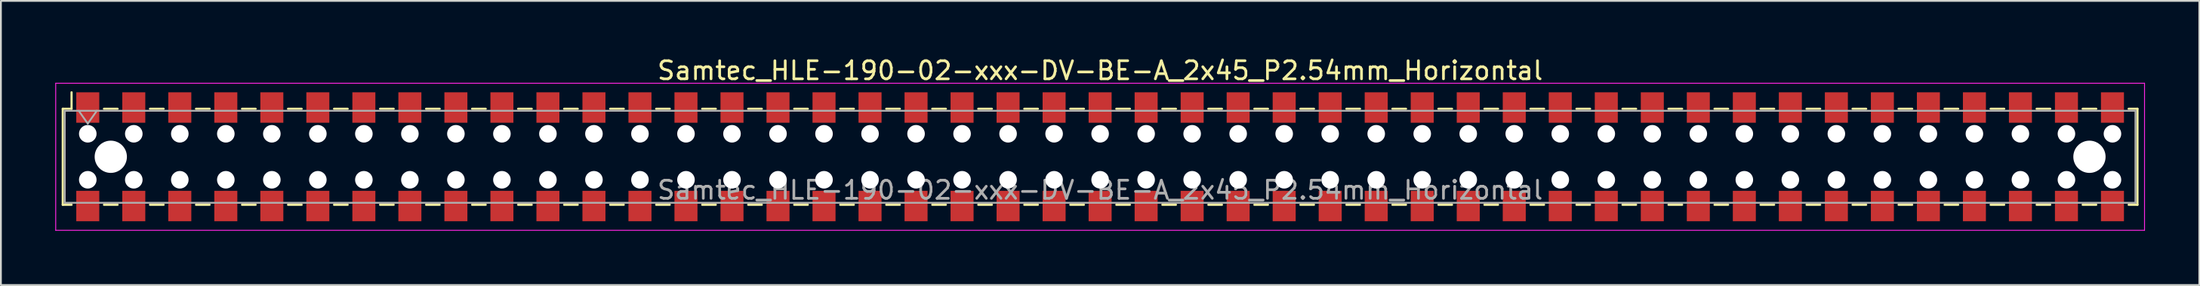
<source format=kicad_pcb>
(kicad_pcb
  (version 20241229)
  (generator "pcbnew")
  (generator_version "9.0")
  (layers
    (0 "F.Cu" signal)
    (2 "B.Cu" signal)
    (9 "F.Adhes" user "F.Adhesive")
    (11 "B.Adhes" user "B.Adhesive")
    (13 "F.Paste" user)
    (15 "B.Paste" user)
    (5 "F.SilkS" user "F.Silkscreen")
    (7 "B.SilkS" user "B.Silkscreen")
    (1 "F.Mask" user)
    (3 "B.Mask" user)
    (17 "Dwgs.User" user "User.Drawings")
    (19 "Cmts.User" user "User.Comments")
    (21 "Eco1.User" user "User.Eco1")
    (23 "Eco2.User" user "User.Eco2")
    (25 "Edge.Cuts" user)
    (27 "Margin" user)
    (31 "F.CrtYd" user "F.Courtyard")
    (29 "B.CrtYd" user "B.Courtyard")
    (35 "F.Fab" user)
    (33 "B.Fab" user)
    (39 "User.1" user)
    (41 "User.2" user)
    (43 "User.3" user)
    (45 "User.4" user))
  (footprint "Samtec_HLE-190-02-xxx-DV-BE-A_2x45_P2.54mm_Horizontal"
    (layer "F.Cu")
    (at 57.675 5.608)
    (property "Reference" "Samtec_HLE-190-02-xxx-DV-BE-A_2x45_P2.54mm_Horizontal" (at 0 -4.76 0) (layer "F.SilkS") (effects (font (size 1 1) (thickness 0.15))))
    (attr smd)
    (fp_line (start -57.26 -2.65) (end -57.26 2.65) (stroke (width 0.12) (type solid)) (layer "F.SilkS"))
    (fp_line (start -57.26 2.65) (end -56.775 2.65) (stroke (width 0.12) (type solid)) (layer "F.SilkS"))
    (fp_line (start -56.775 -3.56) (end -56.775 -2.65) (stroke (width 0.12) (type solid)) (layer "F.SilkS"))
    (fp_line (start -56.775 -2.65) (end -57.26 -2.65) (stroke (width 0.12) (type solid)) (layer "F.SilkS"))
    (fp_line (start -54.985 -2.65) (end -54.235 -2.65) (stroke (width 0.12) (type solid)) (layer "F.SilkS"))
    (fp_line (start -54.985 2.65) (end -54.235 2.65) (stroke (width 0.12) (type solid)) (layer "F.SilkS"))
    (fp_line (start -52.445 -2.65) (end -51.695 -2.65) (stroke (width 0.12) (type solid)) (layer "F.SilkS"))
    (fp_line (start -52.445 2.65) (end -51.695 2.65) (stroke (width 0.12) (type solid)) (layer "F.SilkS"))
    (fp_line (start -49.905 -2.65) (end -49.155 -2.65) (stroke (width 0.12) (type solid)) (layer "F.SilkS"))
    (fp_line (start -49.905 2.65) (end -49.155 2.65) (stroke (width 0.12) (type solid)) (layer "F.SilkS"))
    (fp_line (start -47.365 -2.65) (end -46.615 -2.65) (stroke (width 0.12) (type solid)) (layer "F.SilkS"))
    (fp_line (start -47.365 2.65) (end -46.615 2.65) (stroke (width 0.12) (type solid)) (layer "F.SilkS"))
    (fp_line (start -44.825 -2.65) (end -44.075 -2.65) (stroke (width 0.12) (type solid)) (layer "F.SilkS"))
    (fp_line (start -44.825 2.65) (end -44.075 2.65) (stroke (width 0.12) (type solid)) (layer "F.SilkS"))
    (fp_line (start -42.285 -2.65) (end -41.535 -2.65) (stroke (width 0.12) (type solid)) (layer "F.SilkS"))
    (fp_line (start -42.285 2.65) (end -41.535 2.65) (stroke (width 0.12) (type solid)) (layer "F.SilkS"))
    (fp_line (start -39.745 -2.65) (end -38.995 -2.65) (stroke (width 0.12) (type solid)) (layer "F.SilkS"))
    (fp_line (start -39.745 2.65) (end -38.995 2.65) (stroke (width 0.12) (type solid)) (layer "F.SilkS"))
    (fp_line (start -37.205 -2.65) (end -36.455 -2.65) (stroke (width 0.12) (type solid)) (layer "F.SilkS"))
    (fp_line (start -37.205 2.65) (end -36.455 2.65) (stroke (width 0.12) (type solid)) (layer "F.SilkS"))
    (fp_line (start -34.665 -2.65) (end -33.915 -2.65) (stroke (width 0.12) (type solid)) (layer "F.SilkS"))
    (fp_line (start -34.665 2.65) (end -33.915 2.65) (stroke (width 0.12) (type solid)) (layer "F.SilkS"))
    (fp_line (start -32.125 -2.65) (end -31.375 -2.65) (stroke (width 0.12) (type solid)) (layer "F.SilkS"))
    (fp_line (start -32.125 2.65) (end -31.375 2.65) (stroke (width 0.12) (type solid)) (layer "F.SilkS"))
    (fp_line (start -29.585 -2.65) (end -28.835 -2.65) (stroke (width 0.12) (type solid)) (layer "F.SilkS"))
    (fp_line (start -29.585 2.65) (end -28.835 2.65) (stroke (width 0.12) (type solid)) (layer "F.SilkS"))
    (fp_line (start -27.045 -2.65) (end -26.295 -2.65) (stroke (width 0.12) (type solid)) (layer "F.SilkS"))
    (fp_line (start -27.045 2.65) (end -26.295 2.65) (stroke (width 0.12) (type solid)) (layer "F.SilkS"))
    (fp_line (start -24.505 -2.65) (end -23.755 -2.65) (stroke (width 0.12) (type solid)) (layer "F.SilkS"))
    (fp_line (start -24.505 2.65) (end -23.755 2.65) (stroke (width 0.12) (type solid)) (layer "F.SilkS"))
    (fp_line (start -21.965 -2.65) (end -21.215 -2.65) (stroke (width 0.12) (type solid)) (layer "F.SilkS"))
    (fp_line (start -21.965 2.65) (end -21.215 2.65) (stroke (width 0.12) (type solid)) (layer "F.SilkS"))
    (fp_line (start -19.425 -2.65) (end -18.675 -2.65) (stroke (width 0.12) (type solid)) (layer "F.SilkS"))
    (fp_line (start -19.425 2.65) (end -18.675 2.65) (stroke (width 0.12) (type solid)) (layer "F.SilkS"))
    (fp_line (start -16.885 -2.65) (end -16.135 -2.65) (stroke (width 0.12) (type solid)) (layer "F.SilkS"))
    (fp_line (start -16.885 2.65) (end -16.135 2.65) (stroke (width 0.12) (type solid)) (layer "F.SilkS"))
    (fp_line (start -14.345 -2.65) (end -13.595 -2.65) (stroke (width 0.12) (type solid)) (layer "F.SilkS"))
    (fp_line (start -14.345 2.65) (end -13.595 2.65) (stroke (width 0.12) (type solid)) (layer "F.SilkS"))
    (fp_line (start -11.805 -2.65) (end -11.055 -2.65) (stroke (width 0.12) (type solid)) (layer "F.SilkS"))
    (fp_line (start -11.805 2.65) (end -11.055 2.65) (stroke (width 0.12) (type solid)) (layer "F.SilkS"))
    (fp_line (start -9.265 -2.65) (end -8.515 -2.65) (stroke (width 0.12) (type solid)) (layer "F.SilkS"))
    (fp_line (start -9.265 2.65) (end -8.515 2.65) (stroke (width 0.12) (type solid)) (layer "F.SilkS"))
    (fp_line (start -6.725 -2.65) (end -5.975 -2.65) (stroke (width 0.12) (type solid)) (layer "F.SilkS"))
    (fp_line (start -6.725 2.65) (end -5.975 2.65) (stroke (width 0.12) (type solid)) (layer "F.SilkS"))
    (fp_line (start -4.185 -2.65) (end -3.435 -2.65) (stroke (width 0.12) (type solid)) (layer "F.SilkS"))
    (fp_line (start -4.185 2.65) (end -3.435 2.65) (stroke (width 0.12) (type solid)) (layer "F.SilkS"))
    (fp_line (start -1.645 -2.65) (end -0.895 -2.65) (stroke (width 0.12) (type solid)) (layer "F.SilkS"))
    (fp_line (start -1.645 2.65) (end -0.895 2.65) (stroke (width 0.12) (type solid)) (layer "F.SilkS"))
    (fp_line (start 0.895 -2.65) (end 1.645 -2.65) (stroke (width 0.12) (type solid)) (layer "F.SilkS"))
    (fp_line (start 0.895 2.65) (end 1.645 2.65) (stroke (width 0.12) (type solid)) (layer "F.SilkS"))
    (fp_line (start 3.435 -2.65) (end 4.185 -2.65) (stroke (width 0.12) (type solid)) (layer "F.SilkS"))
    (fp_line (start 3.435 2.65) (end 4.185 2.65) (stroke (width 0.12) (type solid)) (layer "F.SilkS"))
    (fp_line (start 5.975 -2.65) (end 6.725 -2.65) (stroke (width 0.12) (type solid)) (layer "F.SilkS"))
    (fp_line (start 5.975 2.65) (end 6.725 2.65) (stroke (width 0.12) (type solid)) (layer "F.SilkS"))
    (fp_line (start 8.515 -2.65) (end 9.265 -2.65) (stroke (width 0.12) (type solid)) (layer "F.SilkS"))
    (fp_line (start 8.515 2.65) (end 9.265 2.65) (stroke (width 0.12) (type solid)) (layer "F.SilkS"))
    (fp_line (start 11.055 -2.65) (end 11.805 -2.65) (stroke (width 0.12) (type solid)) (layer "F.SilkS"))
    (fp_line (start 11.055 2.65) (end 11.805 2.65) (stroke (width 0.12) (type solid)) (layer "F.SilkS"))
    (fp_line (start 13.595 -2.65) (end 14.345 -2.65) (stroke (width 0.12) (type solid)) (layer "F.SilkS"))
    (fp_line (start 13.595 2.65) (end 14.345 2.65) (stroke (width 0.12) (type solid)) (layer "F.SilkS"))
    (fp_line (start 16.135 -2.65) (end 16.885 -2.65) (stroke (width 0.12) (type solid)) (layer "F.SilkS"))
    (fp_line (start 16.135 2.65) (end 16.885 2.65) (stroke (width 0.12) (type solid)) (layer "F.SilkS"))
    (fp_line (start 18.675 -2.65) (end 19.425 -2.65) (stroke (width 0.12) (type solid)) (layer "F.SilkS"))
    (fp_line (start 18.675 2.65) (end 19.425 2.65) (stroke (width 0.12) (type solid)) (layer "F.SilkS"))
    (fp_line (start 21.215 -2.65) (end 21.965 -2.65) (stroke (width 0.12) (type solid)) (layer "F.SilkS"))
    (fp_line (start 21.215 2.65) (end 21.965 2.65) (stroke (width 0.12) (type solid)) (layer "F.SilkS"))
    (fp_line (start 23.755 -2.65) (end 24.505 -2.65) (stroke (width 0.12) (type solid)) (layer "F.SilkS"))
    (fp_line (start 23.755 2.65) (end 24.505 2.65) (stroke (width 0.12) (type solid)) (layer "F.SilkS"))
    (fp_line (start 26.295 -2.65) (end 27.045 -2.65) (stroke (width 0.12) (type solid)) (layer "F.SilkS"))
    (fp_line (start 26.295 2.65) (end 27.045 2.65) (stroke (width 0.12) (type solid)) (layer "F.SilkS"))
    (fp_line (start 28.835 -2.65) (end 29.585 -2.65) (stroke (width 0.12) (type solid)) (layer "F.SilkS"))
    (fp_line (start 28.835 2.65) (end 29.585 2.65) (stroke (width 0.12) (type solid)) (layer "F.SilkS"))
    (fp_line (start 31.375 -2.65) (end 32.125 -2.65) (stroke (width 0.12) (type solid)) (layer "F.SilkS"))
    (fp_line (start 31.375 2.65) (end 32.125 2.65) (stroke (width 0.12) (type solid)) (layer "F.SilkS"))
    (fp_line (start 33.915 -2.65) (end 34.665 -2.65) (stroke (width 0.12) (type solid)) (layer "F.SilkS"))
    (fp_line (start 33.915 2.65) (end 34.665 2.65) (stroke (width 0.12) (type solid)) (layer "F.SilkS"))
    (fp_line (start 36.455 -2.65) (end 37.205 -2.65) (stroke (width 0.12) (type solid)) (layer "F.SilkS"))
    (fp_line (start 36.455 2.65) (end 37.205 2.65) (stroke (width 0.12) (type solid)) (layer "F.SilkS"))
    (fp_line (start 38.995 -2.65) (end 39.745 -2.65) (stroke (width 0.12) (type solid)) (layer "F.SilkS"))
    (fp_line (start 38.995 2.65) (end 39.745 2.65) (stroke (width 0.12) (type solid)) (layer "F.SilkS"))
    (fp_line (start 41.535 -2.65) (end 42.285 -2.65) (stroke (width 0.12) (type solid)) (layer "F.SilkS"))
    (fp_line (start 41.535 2.65) (end 42.285 2.65) (stroke (width 0.12) (type solid)) (layer "F.SilkS"))
    (fp_line (start 44.075 -2.65) (end 44.825 -2.65) (stroke (width 0.12) (type solid)) (layer "F.SilkS"))
    (fp_line (start 44.075 2.65) (end 44.825 2.65) (stroke (width 0.12) (type solid)) (layer "F.SilkS"))
    (fp_line (start 46.615 -2.65) (end 47.365 -2.65) (stroke (width 0.12) (type solid)) (layer "F.SilkS"))
    (fp_line (start 46.615 2.65) (end 47.365 2.65) (stroke (width 0.12) (type solid)) (layer "F.SilkS"))
    (fp_line (start 49.155 -2.65) (end 49.905 -2.65) (stroke (width 0.12) (type solid)) (layer "F.SilkS"))
    (fp_line (start 49.155 2.65) (end 49.905 2.65) (stroke (width 0.12) (type solid)) (layer "F.SilkS"))
    (fp_line (start 51.695 -2.65) (end 52.445 -2.65) (stroke (width 0.12) (type solid)) (layer "F.SilkS"))
    (fp_line (start 51.695 2.65) (end 52.445 2.65) (stroke (width 0.12) (type solid)) (layer "F.SilkS"))
    (fp_line (start 54.235 -2.65) (end 54.985 -2.65) (stroke (width 0.12) (type solid)) (layer "F.SilkS"))
    (fp_line (start 54.235 2.65) (end 54.985 2.65) (stroke (width 0.12) (type solid)) (layer "F.SilkS"))
    (fp_line (start 56.775 -2.65) (end 57.26 -2.65) (stroke (width 0.12) (type solid)) (layer "F.SilkS"))
    (fp_line (start 57.26 -2.65) (end 57.26 2.65) (stroke (width 0.12) (type solid)) (layer "F.SilkS"))
    (fp_line (start 57.26 2.65) (end 56.775 2.65) (stroke (width 0.12) (type solid)) (layer "F.SilkS"))
    (fp_line (start -57.65 -4.06) (end 57.65 -4.06) (stroke (width 0.05) (type solid)) (layer "F.CrtYd"))
    (fp_line (start -57.65 4.06) (end -57.65 -4.06) (stroke (width 0.05) (type solid)) (layer "F.CrtYd"))
    (fp_line (start 57.65 -4.06) (end 57.65 4.06) (stroke (width 0.05) (type solid)) (layer "F.CrtYd"))
    (fp_line (start 57.65 4.06) (end -57.65 4.06) (stroke (width 0.05) (type solid)) (layer "F.CrtYd"))
    (fp_line (start -57.15 -2.54) (end 57.15 -2.54) (stroke (width 0.1) (type solid)) (layer "F.Fab"))
    (fp_line (start -57.15 2.54) (end -57.15 -2.54) (stroke (width 0.1) (type solid)) (layer "F.Fab"))
    (fp_line (start -56.38 -2.54) (end -55.88 -1.833) (stroke (width 0.1) (type solid)) (layer "F.Fab"))
    (fp_line (start -55.88 -1.833) (end -55.38 -2.54) (stroke (width 0.1) (type solid)) (layer "F.Fab"))
    (fp_line (start 57.15 -2.54) (end 57.15 2.54) (stroke (width 0.1) (type solid)) (layer "F.Fab"))
    (fp_line (start 57.15 2.54) (end -57.15 2.54) (stroke (width 0.1) (type solid)) (layer "F.Fab"))
    (fp_text user "${REFERENCE}" (at 0 1.84 0) (layer "F.Fab") (effects (font (size 1 1) (thickness 0.15))))
    (pad "" np_thru_hole circle (at -55.88 -1.27) (size 0.97 0.97) (drill 0.97) (layers "*.Cu" "*.Mask"))
    (pad "" np_thru_hole circle (at -55.88 1.27) (size 0.97 0.97) (drill 0.97) (layers "*.Cu" "*.Mask"))
    (pad "" np_thru_hole circle (at -54.61 0) (size 1.78 1.78) (drill 1.78) (layers "*.Cu" "*.Mask"))
    (pad "" np_thru_hole circle (at -53.34 -1.27) (size 0.97 0.97) (drill 0.97) (layers "*.Cu" "*.Mask"))
    (pad "" np_thru_hole circle (at -53.34 1.27) (size 0.97 0.97) (drill 0.97) (layers "*.Cu" "*.Mask"))
    (pad "" np_thru_hole circle (at -50.8 -1.27) (size 0.97 0.97) (drill 0.97) (layers "*.Cu" "*.Mask"))
    (pad "" np_thru_hole circle (at -50.8 1.27) (size 0.97 0.97) (drill 0.97) (layers "*.Cu" "*.Mask"))
    (pad "" np_thru_hole circle (at -48.26 -1.27) (size 0.97 0.97) (drill 0.97) (layers "*.Cu" "*.Mask"))
    (pad "" np_thru_hole circle (at -48.26 1.27) (size 0.97 0.97) (drill 0.97) (layers "*.Cu" "*.Mask"))
    (pad "" np_thru_hole circle (at -45.72 -1.27) (size 0.97 0.97) (drill 0.97) (layers "*.Cu" "*.Mask"))
    (pad "" np_thru_hole circle (at -45.72 1.27) (size 0.97 0.97) (drill 0.97) (layers "*.Cu" "*.Mask"))
    (pad "" np_thru_hole circle (at -43.18 -1.27) (size 0.97 0.97) (drill 0.97) (layers "*.Cu" "*.Mask"))
    (pad "" np_thru_hole circle (at -43.18 1.27) (size 0.97 0.97) (drill 0.97) (layers "*.Cu" "*.Mask"))
    (pad "" np_thru_hole circle (at -40.64 -1.27) (size 0.97 0.97) (drill 0.97) (layers "*.Cu" "*.Mask"))
    (pad "" np_thru_hole circle (at -40.64 1.27) (size 0.97 0.97) (drill 0.97) (layers "*.Cu" "*.Mask"))
    (pad "" np_thru_hole circle (at -38.1 -1.27) (size 0.97 0.97) (drill 0.97) (layers "*.Cu" "*.Mask"))
    (pad "" np_thru_hole circle (at -38.1 1.27) (size 0.97 0.97) (drill 0.97) (layers "*.Cu" "*.Mask"))
    (pad "" np_thru_hole circle (at -35.56 -1.27) (size 0.97 0.97) (drill 0.97) (layers "*.Cu" "*.Mask"))
    (pad "" np_thru_hole circle (at -35.56 1.27) (size 0.97 0.97) (drill 0.97) (layers "*.Cu" "*.Mask"))
    (pad "" np_thru_hole circle (at -33.02 -1.27) (size 0.97 0.97) (drill 0.97) (layers "*.Cu" "*.Mask"))
    (pad "" np_thru_hole circle (at -33.02 1.27) (size 0.97 0.97) (drill 0.97) (layers "*.Cu" "*.Mask"))
    (pad "" np_thru_hole circle (at -30.48 -1.27) (size 0.97 0.97) (drill 0.97) (layers "*.Cu" "*.Mask"))
    (pad "" np_thru_hole circle (at -30.48 1.27) (size 0.97 0.97) (drill 0.97) (layers "*.Cu" "*.Mask"))
    (pad "" np_thru_hole circle (at -27.94 -1.27) (size 0.97 0.97) (drill 0.97) (layers "*.Cu" "*.Mask"))
    (pad "" np_thru_hole circle (at -27.94 1.27) (size 0.97 0.97) (drill 0.97) (layers "*.Cu" "*.Mask"))
    (pad "" np_thru_hole circle (at -25.4 -1.27) (size 0.97 0.97) (drill 0.97) (layers "*.Cu" "*.Mask"))
    (pad "" np_thru_hole circle (at -25.4 1.27) (size 0.97 0.97) (drill 0.97) (layers "*.Cu" "*.Mask"))
    (pad "" np_thru_hole circle (at -22.86 -1.27) (size 0.97 0.97) (drill 0.97) (layers "*.Cu" "*.Mask"))
    (pad "" np_thru_hole circle (at -22.86 1.27) (size 0.97 0.97) (drill 0.97) (layers "*.Cu" "*.Mask"))
    (pad "" np_thru_hole circle (at -20.32 -1.27) (size 0.97 0.97) (drill 0.97) (layers "*.Cu" "*.Mask"))
    (pad "" np_thru_hole circle (at -20.32 1.27) (size 0.97 0.97) (drill 0.97) (layers "*.Cu" "*.Mask"))
    (pad "" np_thru_hole circle (at -17.78 -1.27) (size 0.97 0.97) (drill 0.97) (layers "*.Cu" "*.Mask"))
    (pad "" np_thru_hole circle (at -17.78 1.27) (size 0.97 0.97) (drill 0.97) (layers "*.Cu" "*.Mask"))
    (pad "" np_thru_hole circle (at -15.24 -1.27) (size 0.97 0.97) (drill 0.97) (layers "*.Cu" "*.Mask"))
    (pad "" np_thru_hole circle (at -15.24 1.27) (size 0.97 0.97) (drill 0.97) (layers "*.Cu" "*.Mask"))
    (pad "" np_thru_hole circle (at -12.7 -1.27) (size 0.97 0.97) (drill 0.97) (layers "*.Cu" "*.Mask"))
    (pad "" np_thru_hole circle (at -12.7 1.27) (size 0.97 0.97) (drill 0.97) (layers "*.Cu" "*.Mask"))
    (pad "" np_thru_hole circle (at -10.16 -1.27) (size 0.97 0.97) (drill 0.97) (layers "*.Cu" "*.Mask"))
    (pad "" np_thru_hole circle (at -10.16 1.27) (size 0.97 0.97) (drill 0.97) (layers "*.Cu" "*.Mask"))
    (pad "" np_thru_hole circle (at -7.62 -1.27) (size 0.97 0.97) (drill 0.97) (layers "*.Cu" "*.Mask"))
    (pad "" np_thru_hole circle (at -7.62 1.27) (size 0.97 0.97) (drill 0.97) (layers "*.Cu" "*.Mask"))
    (pad "" np_thru_hole circle (at -5.08 -1.27) (size 0.97 0.97) (drill 0.97) (layers "*.Cu" "*.Mask"))
    (pad "" np_thru_hole circle (at -5.08 1.27) (size 0.97 0.97) (drill 0.97) (layers "*.Cu" "*.Mask"))
    (pad "" np_thru_hole circle (at -2.54 -1.27) (size 0.97 0.97) (drill 0.97) (layers "*.Cu" "*.Mask"))
    (pad "" np_thru_hole circle (at -2.54 1.27) (size 0.97 0.97) (drill 0.97) (layers "*.Cu" "*.Mask"))
    (pad "" np_thru_hole circle (at 0 -1.27) (size 0.97 0.97) (drill 0.97) (layers "*.Cu" "*.Mask"))
    (pad "" np_thru_hole circle (at 0 1.27) (size 0.97 0.97) (drill 0.97) (layers "*.Cu" "*.Mask"))
    (pad "" np_thru_hole circle (at 2.54 -1.27) (size 0.97 0.97) (drill 0.97) (layers "*.Cu" "*.Mask"))
    (pad "" np_thru_hole circle (at 2.54 1.27) (size 0.97 0.97) (drill 0.97) (layers "*.Cu" "*.Mask"))
    (pad "" np_thru_hole circle (at 5.08 -1.27) (size 0.97 0.97) (drill 0.97) (layers "*.Cu" "*.Mask"))
    (pad "" np_thru_hole circle (at 5.08 1.27) (size 0.97 0.97) (drill 0.97) (layers "*.Cu" "*.Mask"))
    (pad "" np_thru_hole circle (at 7.62 -1.27) (size 0.97 0.97) (drill 0.97) (layers "*.Cu" "*.Mask"))
    (pad "" np_thru_hole circle (at 7.62 1.27) (size 0.97 0.97) (drill 0.97) (layers "*.Cu" "*.Mask"))
    (pad "" np_thru_hole circle (at 10.16 -1.27) (size 0.97 0.97) (drill 0.97) (layers "*.Cu" "*.Mask"))
    (pad "" np_thru_hole circle (at 10.16 1.27) (size 0.97 0.97) (drill 0.97) (layers "*.Cu" "*.Mask"))
    (pad "" np_thru_hole circle (at 12.7 -1.27) (size 0.97 0.97) (drill 0.97) (layers "*.Cu" "*.Mask"))
    (pad "" np_thru_hole circle (at 12.7 1.27) (size 0.97 0.97) (drill 0.97) (layers "*.Cu" "*.Mask"))
    (pad "" np_thru_hole circle (at 15.24 -1.27) (size 0.97 0.97) (drill 0.97) (layers "*.Cu" "*.Mask"))
    (pad "" np_thru_hole circle (at 15.24 1.27) (size 0.97 0.97) (drill 0.97) (layers "*.Cu" "*.Mask"))
    (pad "" np_thru_hole circle (at 17.78 -1.27) (size 0.97 0.97) (drill 0.97) (layers "*.Cu" "*.Mask"))
    (pad "" np_thru_hole circle (at 17.78 1.27) (size 0.97 0.97) (drill 0.97) (layers "*.Cu" "*.Mask"))
    (pad "" np_thru_hole circle (at 20.32 -1.27) (size 0.97 0.97) (drill 0.97) (layers "*.Cu" "*.Mask"))
    (pad "" np_thru_hole circle (at 20.32 1.27) (size 0.97 0.97) (drill 0.97) (layers "*.Cu" "*.Mask"))
    (pad "" np_thru_hole circle (at 22.86 -1.27) (size 0.97 0.97) (drill 0.97) (layers "*.Cu" "*.Mask"))
    (pad "" np_thru_hole circle (at 22.86 1.27) (size 0.97 0.97) (drill 0.97) (layers "*.Cu" "*.Mask"))
    (pad "" np_thru_hole circle (at 25.4 -1.27) (size 0.97 0.97) (drill 0.97) (layers "*.Cu" "*.Mask"))
    (pad "" np_thru_hole circle (at 25.4 1.27) (size 0.97 0.97) (drill 0.97) (layers "*.Cu" "*.Mask"))
    (pad "" np_thru_hole circle (at 27.94 -1.27) (size 0.97 0.97) (drill 0.97) (layers "*.Cu" "*.Mask"))
    (pad "" np_thru_hole circle (at 27.94 1.27) (size 0.97 0.97) (drill 0.97) (layers "*.Cu" "*.Mask"))
    (pad "" np_thru_hole circle (at 30.48 -1.27) (size 0.97 0.97) (drill 0.97) (layers "*.Cu" "*.Mask"))
    (pad "" np_thru_hole circle (at 30.48 1.27) (size 0.97 0.97) (drill 0.97) (layers "*.Cu" "*.Mask"))
    (pad "" np_thru_hole circle (at 33.02 -1.27) (size 0.97 0.97) (drill 0.97) (layers "*.Cu" "*.Mask"))
    (pad "" np_thru_hole circle (at 33.02 1.27) (size 0.97 0.97) (drill 0.97) (layers "*.Cu" "*.Mask"))
    (pad "" np_thru_hole circle (at 35.56 -1.27) (size 0.97 0.97) (drill 0.97) (layers "*.Cu" "*.Mask"))
    (pad "" np_thru_hole circle (at 35.56 1.27) (size 0.97 0.97) (drill 0.97) (layers "*.Cu" "*.Mask"))
    (pad "" np_thru_hole circle (at 38.1 -1.27) (size 0.97 0.97) (drill 0.97) (layers "*.Cu" "*.Mask"))
    (pad "" np_thru_hole circle (at 38.1 1.27) (size 0.97 0.97) (drill 0.97) (layers "*.Cu" "*.Mask"))
    (pad "" np_thru_hole circle (at 40.64 -1.27) (size 0.97 0.97) (drill 0.97) (layers "*.Cu" "*.Mask"))
    (pad "" np_thru_hole circle (at 40.64 1.27) (size 0.97 0.97) (drill 0.97) (layers "*.Cu" "*.Mask"))
    (pad "" np_thru_hole circle (at 43.18 -1.27) (size 0.97 0.97) (drill 0.97) (layers "*.Cu" "*.Mask"))
    (pad "" np_thru_hole circle (at 43.18 1.27) (size 0.97 0.97) (drill 0.97) (layers "*.Cu" "*.Mask"))
    (pad "" np_thru_hole circle (at 45.72 -1.27) (size 0.97 0.97) (drill 0.97) (layers "*.Cu" "*.Mask"))
    (pad "" np_thru_hole circle (at 45.72 1.27) (size 0.97 0.97) (drill 0.97) (layers "*.Cu" "*.Mask"))
    (pad "" np_thru_hole circle (at 48.26 -1.27) (size 0.97 0.97) (drill 0.97) (layers "*.Cu" "*.Mask"))
    (pad "" np_thru_hole circle (at 48.26 1.27) (size 0.97 0.97) (drill 0.97) (layers "*.Cu" "*.Mask"))
    (pad "" np_thru_hole circle (at 50.8 -1.27) (size 0.97 0.97) (drill 0.97) (layers "*.Cu" "*.Mask"))
    (pad "" np_thru_hole circle (at 50.8 1.27) (size 0.97 0.97) (drill 0.97) (layers "*.Cu" "*.Mask"))
    (pad "" np_thru_hole circle (at 53.34 -1.27) (size 0.97 0.97) (drill 0.97) (layers "*.Cu" "*.Mask"))
    (pad "" np_thru_hole circle (at 53.34 1.27) (size 0.97 0.97) (drill 0.97) (layers "*.Cu" "*.Mask"))
    (pad "" np_thru_hole circle (at 54.61 0) (size 1.78 1.78) (drill 1.78) (layers "*.Cu" "*.Mask"))
    (pad "" np_thru_hole circle (at 55.88 -1.27) (size 0.97 0.97) (drill 0.97) (layers "*.Cu" "*.Mask"))
    (pad "" np_thru_hole circle (at 55.88 1.27) (size 0.97 0.97) (drill 0.97) (layers "*.Cu" "*.Mask"))
    (pad "1" smd rect (at -55.88 -2.72) (size 1.27 1.68) (layers "F.Cu" "F.Mask" "F.Paste"))
    (pad "2" smd rect (at -55.88 2.72) (size 1.27 1.68) (layers "F.Cu" "F.Mask" "F.Paste"))
    (pad "3" smd rect (at -53.34 -2.72) (size 1.27 1.68) (layers "F.Cu" "F.Mask" "F.Paste"))
    (pad "4" smd rect (at -53.34 2.72) (size 1.27 1.68) (layers "F.Cu" "F.Mask" "F.Paste"))
    (pad "5" smd rect (at -50.8 -2.72) (size 1.27 1.68) (layers "F.Cu" "F.Mask" "F.Paste"))
    (pad "6" smd rect (at -50.8 2.72) (size 1.27 1.68) (layers "F.Cu" "F.Mask" "F.Paste"))
    (pad "7" smd rect (at -48.26 -2.72) (size 1.27 1.68) (layers "F.Cu" "F.Mask" "F.Paste"))
    (pad "8" smd rect (at -48.26 2.72) (size 1.27 1.68) (layers "F.Cu" "F.Mask" "F.Paste"))
    (pad "9" smd rect (at -45.72 -2.72) (size 1.27 1.68) (layers "F.Cu" "F.Mask" "F.Paste"))
    (pad "10" smd rect (at -45.72 2.72) (size 1.27 1.68) (layers "F.Cu" "F.Mask" "F.Paste"))
    (pad "11" smd rect (at -43.18 -2.72) (size 1.27 1.68) (layers "F.Cu" "F.Mask" "F.Paste"))
    (pad "12" smd rect (at -43.18 2.72) (size 1.27 1.68) (layers "F.Cu" "F.Mask" "F.Paste"))
    (pad "13" smd rect (at -40.64 -2.72) (size 1.27 1.68) (layers "F.Cu" "F.Mask" "F.Paste"))
    (pad "14" smd rect (at -40.64 2.72) (size 1.27 1.68) (layers "F.Cu" "F.Mask" "F.Paste"))
    (pad "15" smd rect (at -38.1 -2.72) (size 1.27 1.68) (layers "F.Cu" "F.Mask" "F.Paste"))
    (pad "16" smd rect (at -38.1 2.72) (size 1.27 1.68) (layers "F.Cu" "F.Mask" "F.Paste"))
    (pad "17" smd rect (at -35.56 -2.72) (size 1.27 1.68) (layers "F.Cu" "F.Mask" "F.Paste"))
    (pad "18" smd rect (at -35.56 2.72) (size 1.27 1.68) (layers "F.Cu" "F.Mask" "F.Paste"))
    (pad "19" smd rect (at -33.02 -2.72) (size 1.27 1.68) (layers "F.Cu" "F.Mask" "F.Paste"))
    (pad "20" smd rect (at -33.02 2.72) (size 1.27 1.68) (layers "F.Cu" "F.Mask" "F.Paste"))
    (pad "21" smd rect (at -30.48 -2.72) (size 1.27 1.68) (layers "F.Cu" "F.Mask" "F.Paste"))
    (pad "22" smd rect (at -30.48 2.72) (size 1.27 1.68) (layers "F.Cu" "F.Mask" "F.Paste"))
    (pad "23" smd rect (at -27.94 -2.72) (size 1.27 1.68) (layers "F.Cu" "F.Mask" "F.Paste"))
    (pad "24" smd rect (at -27.94 2.72) (size 1.27 1.68) (layers "F.Cu" "F.Mask" "F.Paste"))
    (pad "25" smd rect (at -25.4 -2.72) (size 1.27 1.68) (layers "F.Cu" "F.Mask" "F.Paste"))
    (pad "26" smd rect (at -25.4 2.72) (size 1.27 1.68) (layers "F.Cu" "F.Mask" "F.Paste"))
    (pad "27" smd rect (at -22.86 -2.72) (size 1.27 1.68) (layers "F.Cu" "F.Mask" "F.Paste"))
    (pad "28" smd rect (at -22.86 2.72) (size 1.27 1.68) (layers "F.Cu" "F.Mask" "F.Paste"))
    (pad "29" smd rect (at -20.32 -2.72) (size 1.27 1.68) (layers "F.Cu" "F.Mask" "F.Paste"))
    (pad "30" smd rect (at -20.32 2.72) (size 1.27 1.68) (layers "F.Cu" "F.Mask" "F.Paste"))
    (pad "31" smd rect (at -17.78 -2.72) (size 1.27 1.68) (layers "F.Cu" "F.Mask" "F.Paste"))
    (pad "32" smd rect (at -17.78 2.72) (size 1.27 1.68) (layers "F.Cu" "F.Mask" "F.Paste"))
    (pad "33" smd rect (at -15.24 -2.72) (size 1.27 1.68) (layers "F.Cu" "F.Mask" "F.Paste"))
    (pad "34" smd rect (at -15.24 2.72) (size 1.27 1.68) (layers "F.Cu" "F.Mask" "F.Paste"))
    (pad "35" smd rect (at -12.7 -2.72) (size 1.27 1.68) (layers "F.Cu" "F.Mask" "F.Paste"))
    (pad "36" smd rect (at -12.7 2.72) (size 1.27 1.68) (layers "F.Cu" "F.Mask" "F.Paste"))
    (pad "37" smd rect (at -10.16 -2.72) (size 1.27 1.68) (layers "F.Cu" "F.Mask" "F.Paste"))
    (pad "38" smd rect (at -10.16 2.72) (size 1.27 1.68) (layers "F.Cu" "F.Mask" "F.Paste"))
    (pad "39" smd rect (at -7.62 -2.72) (size 1.27 1.68) (layers "F.Cu" "F.Mask" "F.Paste"))
    (pad "40" smd rect (at -7.62 2.72) (size 1.27 1.68) (layers "F.Cu" "F.Mask" "F.Paste"))
    (pad "41" smd rect (at -5.08 -2.72) (size 1.27 1.68) (layers "F.Cu" "F.Mask" "F.Paste"))
    (pad "42" smd rect (at -5.08 2.72) (size 1.27 1.68) (layers "F.Cu" "F.Mask" "F.Paste"))
    (pad "43" smd rect (at -2.54 -2.72) (size 1.27 1.68) (layers "F.Cu" "F.Mask" "F.Paste"))
    (pad "44" smd rect (at -2.54 2.72) (size 1.27 1.68) (layers "F.Cu" "F.Mask" "F.Paste"))
    (pad "45" smd rect (at 0 -2.72) (size 1.27 1.68) (layers "F.Cu" "F.Mask" "F.Paste"))
    (pad "46" smd rect (at 0 2.72) (size 1.27 1.68) (layers "F.Cu" "F.Mask" "F.Paste"))
    (pad "47" smd rect (at 2.54 -2.72) (size 1.27 1.68) (layers "F.Cu" "F.Mask" "F.Paste"))
    (pad "48" smd rect (at 2.54 2.72) (size 1.27 1.68) (layers "F.Cu" "F.Mask" "F.Paste"))
    (pad "49" smd rect (at 5.08 -2.72) (size 1.27 1.68) (layers "F.Cu" "F.Mask" "F.Paste"))
    (pad "50" smd rect (at 5.08 2.72) (size 1.27 1.68) (layers "F.Cu" "F.Mask" "F.Paste"))
    (pad "51" smd rect (at 7.62 -2.72) (size 1.27 1.68) (layers "F.Cu" "F.Mask" "F.Paste"))
    (pad "52" smd rect (at 7.62 2.72) (size 1.27 1.68) (layers "F.Cu" "F.Mask" "F.Paste"))
    (pad "53" smd rect (at 10.16 -2.72) (size 1.27 1.68) (layers "F.Cu" "F.Mask" "F.Paste"))
    (pad "54" smd rect (at 10.16 2.72) (size 1.27 1.68) (layers "F.Cu" "F.Mask" "F.Paste"))
    (pad "55" smd rect (at 12.7 -2.72) (size 1.27 1.68) (layers "F.Cu" "F.Mask" "F.Paste"))
    (pad "56" smd rect (at 12.7 2.72) (size 1.27 1.68) (layers "F.Cu" "F.Mask" "F.Paste"))
    (pad "57" smd rect (at 15.24 -2.72) (size 1.27 1.68) (layers "F.Cu" "F.Mask" "F.Paste"))
    (pad "58" smd rect (at 15.24 2.72) (size 1.27 1.68) (layers "F.Cu" "F.Mask" "F.Paste"))
    (pad "59" smd rect (at 17.78 -2.72) (size 1.27 1.68) (layers "F.Cu" "F.Mask" "F.Paste"))
    (pad "60" smd rect (at 17.78 2.72) (size 1.27 1.68) (layers "F.Cu" "F.Mask" "F.Paste"))
    (pad "61" smd rect (at 20.32 -2.72) (size 1.27 1.68) (layers "F.Cu" "F.Mask" "F.Paste"))
    (pad "62" smd rect (at 20.32 2.72) (size 1.27 1.68) (layers "F.Cu" "F.Mask" "F.Paste"))
    (pad "63" smd rect (at 22.86 -2.72) (size 1.27 1.68) (layers "F.Cu" "F.Mask" "F.Paste"))
    (pad "64" smd rect (at 22.86 2.72) (size 1.27 1.68) (layers "F.Cu" "F.Mask" "F.Paste"))
    (pad "65" smd rect (at 25.4 -2.72) (size 1.27 1.68) (layers "F.Cu" "F.Mask" "F.Paste"))
    (pad "66" smd rect (at 25.4 2.72) (size 1.27 1.68) (layers "F.Cu" "F.Mask" "F.Paste"))
    (pad "67" smd rect (at 27.94 -2.72) (size 1.27 1.68) (layers "F.Cu" "F.Mask" "F.Paste"))
    (pad "68" smd rect (at 27.94 2.72) (size 1.27 1.68) (layers "F.Cu" "F.Mask" "F.Paste"))
    (pad "69" smd rect (at 30.48 -2.72) (size 1.27 1.68) (layers "F.Cu" "F.Mask" "F.Paste"))
    (pad "70" smd rect (at 30.48 2.72) (size 1.27 1.68) (layers "F.Cu" "F.Mask" "F.Paste"))
    (pad "71" smd rect (at 33.02 -2.72) (size 1.27 1.68) (layers "F.Cu" "F.Mask" "F.Paste"))
    (pad "72" smd rect (at 33.02 2.72) (size 1.27 1.68) (layers "F.Cu" "F.Mask" "F.Paste"))
    (pad "73" smd rect (at 35.56 -2.72) (size 1.27 1.68) (layers "F.Cu" "F.Mask" "F.Paste"))
    (pad "74" smd rect (at 35.56 2.72) (size 1.27 1.68) (layers "F.Cu" "F.Mask" "F.Paste"))
    (pad "75" smd rect (at 38.1 -2.72) (size 1.27 1.68) (layers "F.Cu" "F.Mask" "F.Paste"))
    (pad "76" smd rect (at 38.1 2.72) (size 1.27 1.68) (layers "F.Cu" "F.Mask" "F.Paste"))
    (pad "77" smd rect (at 40.64 -2.72) (size 1.27 1.68) (layers "F.Cu" "F.Mask" "F.Paste"))
    (pad "78" smd rect (at 40.64 2.72) (size 1.27 1.68) (layers "F.Cu" "F.Mask" "F.Paste"))
    (pad "79" smd rect (at 43.18 -2.72) (size 1.27 1.68) (layers "F.Cu" "F.Mask" "F.Paste"))
    (pad "80" smd rect (at 43.18 2.72) (size 1.27 1.68) (layers "F.Cu" "F.Mask" "F.Paste"))
    (pad "81" smd rect (at 45.72 -2.72) (size 1.27 1.68) (layers "F.Cu" "F.Mask" "F.Paste"))
    (pad "82" smd rect (at 45.72 2.72) (size 1.27 1.68) (layers "F.Cu" "F.Mask" "F.Paste"))
    (pad "83" smd rect (at 48.26 -2.72) (size 1.27 1.68) (layers "F.Cu" "F.Mask" "F.Paste"))
    (pad "84" smd rect (at 48.26 2.72) (size 1.27 1.68) (layers "F.Cu" "F.Mask" "F.Paste"))
    (pad "85" smd rect (at 50.8 -2.72) (size 1.27 1.68) (layers "F.Cu" "F.Mask" "F.Paste"))
    (pad "86" smd rect (at 50.8 2.72) (size 1.27 1.68) (layers "F.Cu" "F.Mask" "F.Paste"))
    (pad "87" smd rect (at 53.34 -2.72) (size 1.27 1.68) (layers "F.Cu" "F.Mask" "F.Paste"))
    (pad "88" smd rect (at 53.34 2.72) (size 1.27 1.68) (layers "F.Cu" "F.Mask" "F.Paste"))
    (pad "89" smd rect (at 55.88 -2.72) (size 1.27 1.68) (layers "F.Cu" "F.Mask" "F.Paste"))
    (pad "90" smd rect (at 55.88 2.72) (size 1.27 1.68) (layers "F.Cu" "F.Mask" "F.Paste")))
  (gr_rect
    (start -3 -3)
    (end 118.35 12.693)
    (stroke (width 0.1) (type default))
    (fill no)
    (layer "Edge.Cuts")))
</source>
